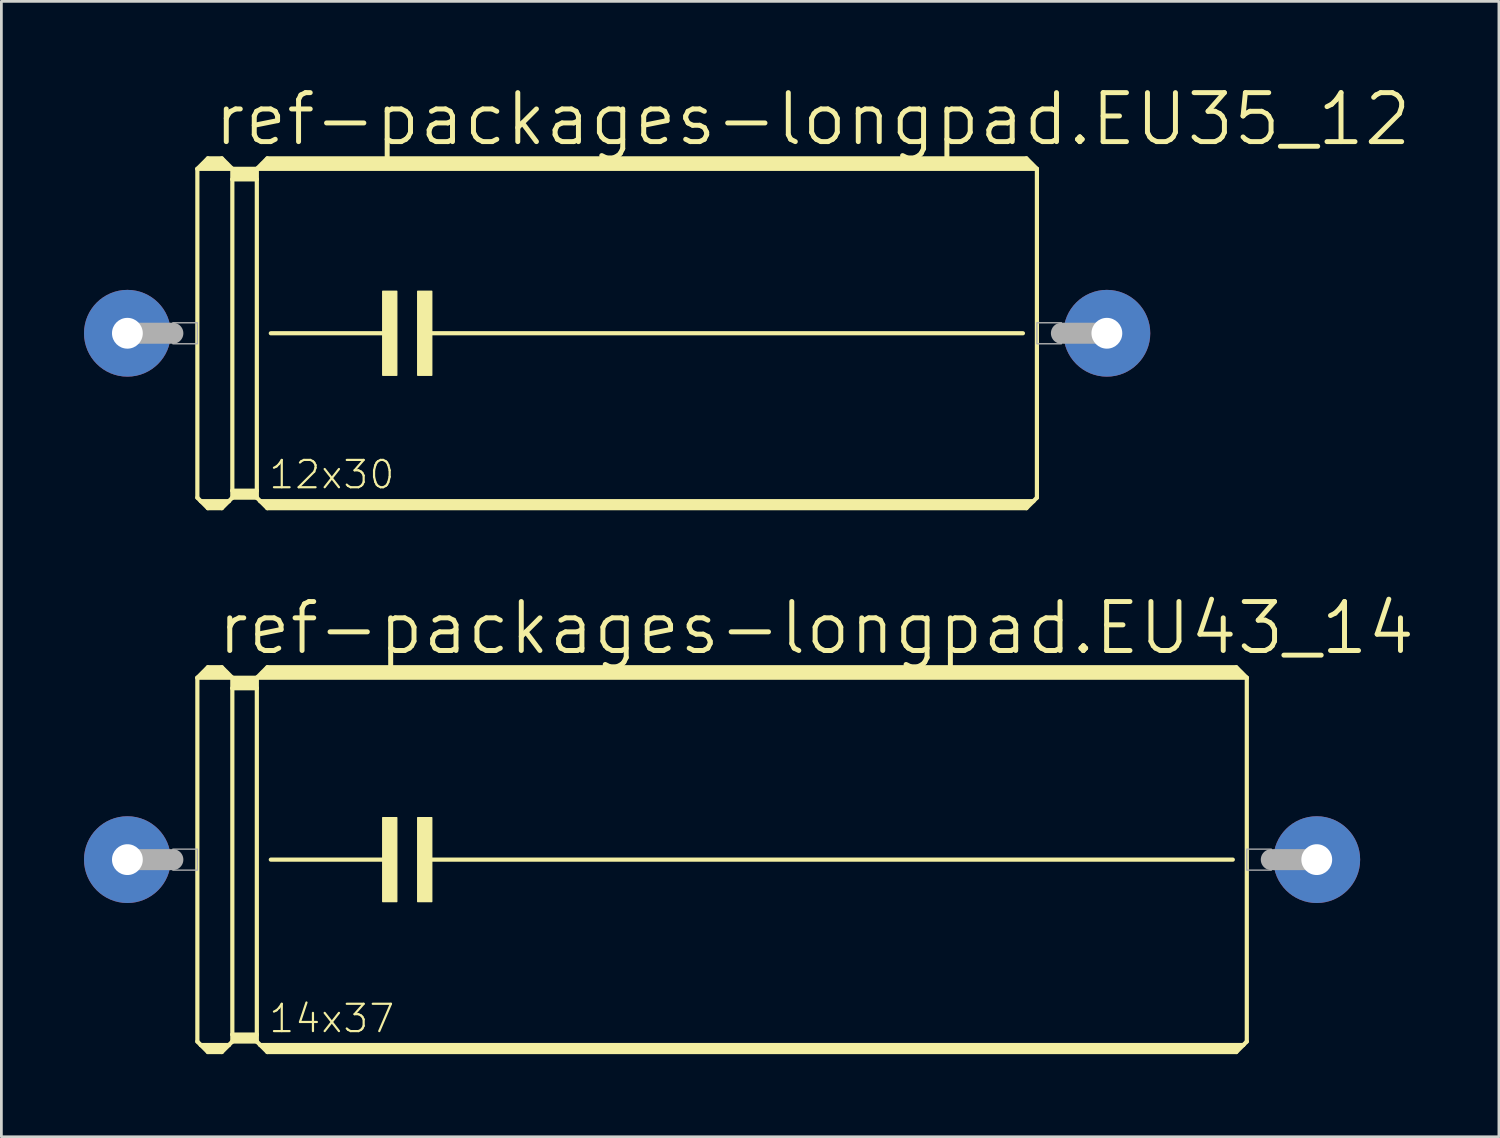
<source format=kicad_pcb>
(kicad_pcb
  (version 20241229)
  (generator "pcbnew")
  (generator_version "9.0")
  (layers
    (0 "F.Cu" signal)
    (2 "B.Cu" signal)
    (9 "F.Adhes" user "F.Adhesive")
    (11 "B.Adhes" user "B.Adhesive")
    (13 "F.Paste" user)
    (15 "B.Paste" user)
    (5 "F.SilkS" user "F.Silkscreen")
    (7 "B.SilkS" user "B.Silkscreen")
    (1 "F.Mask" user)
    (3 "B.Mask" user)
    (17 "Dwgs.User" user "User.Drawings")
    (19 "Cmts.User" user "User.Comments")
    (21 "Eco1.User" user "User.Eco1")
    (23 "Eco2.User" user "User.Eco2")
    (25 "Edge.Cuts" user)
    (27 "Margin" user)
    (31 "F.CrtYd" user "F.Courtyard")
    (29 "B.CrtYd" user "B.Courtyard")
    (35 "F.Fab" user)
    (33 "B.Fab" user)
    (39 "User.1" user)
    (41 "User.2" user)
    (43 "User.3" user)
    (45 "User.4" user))
  (footprint "ref-packages-longpad.EU35_12"
    (layer "F.Cu")
    (at 19.355 9.049)
    (property "Reference" "ref-packages-longpad.EU35_12" (at -14.732 -6.731 0) (layer "F.SilkS") (effects (font (size 1.778 1.778) (thickness 0.18)) (justify left bottom)))
    (attr through_hole)
    (fp_line (start -15.24 -5.969) (end -15.24 5.969) (stroke (width 0.152) (type default)) (layer "F.SilkS"))
    (fp_line (start -15.24 -5.969) (end -14.859 -6.35) (stroke (width 0.152) (type default)) (layer "F.SilkS"))
    (fp_line (start -15.24 -5.969) (end -13.97 -5.969) (stroke (width 0.152) (type default)) (layer "F.SilkS"))
    (fp_line (start -15.24 5.969) (end -15.113 6.096) (stroke (width 0.152) (type default)) (layer "F.SilkS"))
    (fp_line (start -15.113 6.096) (end -14.859 6.35) (stroke (width 0.152) (type default)) (layer "F.SilkS"))
    (fp_line (start -15.113 6.096) (end -14.097 6.096) (stroke (width 0.152) (type default)) (layer "F.SilkS"))
    (fp_line (start -14.986 -6.096) (end -14.224 -6.096) (stroke (width 0.305) (type default)) (layer "F.SilkS"))
    (fp_line (start -14.859 -6.35) (end -14.351 -6.35) (stroke (width 0.152) (type default)) (layer "F.SilkS"))
    (fp_line (start -14.859 -6.223) (end -14.351 -6.223) (stroke (width 0.305) (type default)) (layer "F.SilkS"))
    (fp_line (start -14.859 6.223) (end -14.351 6.223) (stroke (width 0.254) (type default)) (layer "F.SilkS"))
    (fp_line (start -14.859 6.35) (end -14.351 6.35) (stroke (width 0.152) (type default)) (layer "F.SilkS"))
    (fp_line (start -14.097 6.096) (end -14.351 6.35) (stroke (width 0.152) (type default)) (layer "F.SilkS"))
    (fp_line (start -13.97 -5.969) (end -14.351 -6.35) (stroke (width 0.152) (type default)) (layer "F.SilkS"))
    (fp_line (start -13.97 -5.969) (end -13.97 -5.588) (stroke (width 0.152) (type default)) (layer "F.SilkS"))
    (fp_line (start -13.97 -5.969) (end -13.081 -5.969) (stroke (width 0.152) (type default)) (layer "F.SilkS"))
    (fp_line (start -13.97 -5.588) (end -13.081 -5.588) (stroke (width 0.152) (type default)) (layer "F.SilkS"))
    (fp_line (start -13.97 5.715) (end -13.97 -5.588) (stroke (width 0.152) (type default)) (layer "F.SilkS"))
    (fp_line (start -13.97 5.715) (end -13.081 5.715) (stroke (width 0.152) (type default)) (layer "F.SilkS"))
    (fp_line (start -13.97 5.969) (end -14.097 6.096) (stroke (width 0.152) (type default)) (layer "F.SilkS"))
    (fp_line (start -13.97 5.969) (end -13.97 5.715) (stroke (width 0.152) (type default)) (layer "F.SilkS"))
    (fp_line (start -13.97 5.969) (end -13.081 5.969) (stroke (width 0.152) (type default)) (layer "F.SilkS"))
    (fp_line (start -13.843 -5.842) (end -13.208 -5.842) (stroke (width 0.305) (type default)) (layer "F.SilkS"))
    (fp_line (start -13.843 -5.715) (end -13.208 -5.715) (stroke (width 0.305) (type default)) (layer "F.SilkS"))
    (fp_line (start -13.843 5.842) (end -13.208 5.842) (stroke (width 0.254) (type default)) (layer "F.SilkS"))
    (fp_line (start -13.081 -5.969) (end -13.081 -5.588) (stroke (width 0.152) (type default)) (layer "F.SilkS"))
    (fp_line (start -13.081 -5.969) (end 15.24 -5.969) (stroke (width 0.152) (type default)) (layer "F.SilkS"))
    (fp_line (start -13.081 -5.588) (end -13.081 5.715) (stroke (width 0.152) (type default)) (layer "F.SilkS"))
    (fp_line (start -13.081 5.715) (end -13.081 5.969) (stroke (width 0.152) (type default)) (layer "F.SilkS"))
    (fp_line (start -12.954 6.096) (end -13.081 5.969) (stroke (width 0.152) (type default)) (layer "F.SilkS"))
    (fp_line (start -12.954 6.096) (end 15.113 6.096) (stroke (width 0.152) (type default)) (layer "F.SilkS"))
    (fp_line (start -12.827 -6.096) (end 14.986 -6.096) (stroke (width 0.305) (type default)) (layer "F.SilkS"))
    (fp_line (start -12.7 -6.35) (end -13.081 -5.969) (stroke (width 0.152) (type default)) (layer "F.SilkS"))
    (fp_line (start -12.7 -6.35) (end 14.859 -6.35) (stroke (width 0.152) (type default)) (layer "F.SilkS"))
    (fp_line (start -12.7 -6.223) (end 14.859 -6.223) (stroke (width 0.305) (type default)) (layer "F.SilkS"))
    (fp_line (start -12.7 6.223) (end 14.859 6.223) (stroke (width 0.254) (type default)) (layer "F.SilkS"))
    (fp_line (start -12.7 6.35) (end -12.954 6.096) (stroke (width 0.152) (type default)) (layer "F.SilkS"))
    (fp_line (start -12.7 6.35) (end 14.859 6.35) (stroke (width 0.152) (type default)) (layer "F.SilkS"))
    (fp_line (start -12.573 0) (end -8.255 0) (stroke (width 0.152) (type default)) (layer "F.SilkS"))
    (fp_line (start -6.858 0) (end 14.732 0) (stroke (width 0.152) (type default)) (layer "F.SilkS"))
    (fp_line (start 14.859 -6.35) (end 15.24 -5.969) (stroke (width 0.152) (type default)) (layer "F.SilkS"))
    (fp_line (start 14.859 6.35) (end 15.113 6.096) (stroke (width 0.152) (type default)) (layer "F.SilkS"))
    (fp_line (start 15.113 6.096) (end 15.24 5.969) (stroke (width 0.152) (type default)) (layer "F.SilkS"))
    (fp_line (start 15.24 -5.969) (end 15.24 5.969) (stroke (width 0.152) (type default)) (layer "F.SilkS"))
    (fp_rect (start -8.509 1.524) (end -8.001 -1.524) (stroke (width 0.05) (type default)) (fill yes) (layer "F.SilkS"))
    (fp_rect (start -7.239 1.524) (end -6.731 -1.524) (stroke (width 0.05) (type default)) (fill yes) (layer "F.SilkS"))
    (fp_line (start -17.78 0) (end -16.129 0) (stroke (width 0.762) (type default)) (layer "F.Fab"))
    (fp_line (start 17.78 0) (end 16.129 0) (stroke (width 0.762) (type default)) (layer "F.Fab"))
    (fp_rect (start -16.129 0.381) (end -15.24 -0.381) (stroke (width 0.05) (type default)) (fill no) (layer "F.Fab"))
    (fp_rect (start 15.24 0.381) (end 16.129 -0.381) (stroke (width 0.05) (type default)) (fill no) (layer "F.Fab"))
    (fp_text user "12x30" (at -12.7 5.715 0) (layer "F.SilkS") (effects (font (size 0.991 0.991) (thickness 0.08)) (justify left bottom)))
    (pad "1" thru_hole circle (at -17.78 0) (size 3.15 3.15) (drill 1.118) (layers "*.Cu" "*.Mask"))
    (pad "2" thru_hole circle (at 17.78 0) (size 3.15 3.15) (drill 1.118) (layers "*.Cu" "*.Mask")))
  (footprint "ref-packages-longpad.EU43_14"
    (layer "F.Cu")
    (at 23.165 28.159)
    (property "Reference" "ref-packages-longpad.EU43_14" (at -18.415 -7.366 0) (layer "F.SilkS") (effects (font (size 1.778 1.778) (thickness 0.18)) (justify left bottom)))
    (attr through_hole)
    (fp_line (start -19.05 -6.604) (end -19.05 6.604) (stroke (width 0.152) (type default)) (layer "F.SilkS"))
    (fp_line (start -19.05 -6.604) (end -18.669 -6.985) (stroke (width 0.152) (type default)) (layer "F.SilkS"))
    (fp_line (start -19.05 -6.604) (end -17.78 -6.604) (stroke (width 0.152) (type default)) (layer "F.SilkS"))
    (fp_line (start -19.05 6.604) (end -18.923 6.731) (stroke (width 0.152) (type default)) (layer "F.SilkS"))
    (fp_line (start -18.923 6.731) (end -18.669 6.985) (stroke (width 0.152) (type default)) (layer "F.SilkS"))
    (fp_line (start -18.923 6.731) (end -17.907 6.731) (stroke (width 0.152) (type default)) (layer "F.SilkS"))
    (fp_line (start -18.796 -6.731) (end -18.034 -6.731) (stroke (width 0.305) (type default)) (layer "F.SilkS"))
    (fp_line (start -18.669 -6.985) (end -18.161 -6.985) (stroke (width 0.152) (type default)) (layer "F.SilkS"))
    (fp_line (start -18.669 -6.858) (end -18.161 -6.858) (stroke (width 0.305) (type default)) (layer "F.SilkS"))
    (fp_line (start -18.669 6.858) (end -18.161 6.858) (stroke (width 0.254) (type default)) (layer "F.SilkS"))
    (fp_line (start -18.669 6.985) (end -18.161 6.985) (stroke (width 0.152) (type default)) (layer "F.SilkS"))
    (fp_line (start -17.907 6.731) (end -18.161 6.985) (stroke (width 0.152) (type default)) (layer "F.SilkS"))
    (fp_line (start -17.78 -6.604) (end -18.161 -6.985) (stroke (width 0.152) (type default)) (layer "F.SilkS"))
    (fp_line (start -17.78 -6.604) (end -17.78 -6.223) (stroke (width 0.152) (type default)) (layer "F.SilkS"))
    (fp_line (start -17.78 -6.604) (end -16.891 -6.604) (stroke (width 0.152) (type default)) (layer "F.SilkS"))
    (fp_line (start -17.78 -6.223) (end -16.891 -6.223) (stroke (width 0.152) (type default)) (layer "F.SilkS"))
    (fp_line (start -17.78 6.35) (end -17.78 -6.223) (stroke (width 0.152) (type default)) (layer "F.SilkS"))
    (fp_line (start -17.78 6.35) (end -16.891 6.35) (stroke (width 0.152) (type default)) (layer "F.SilkS"))
    (fp_line (start -17.78 6.604) (end -17.907 6.731) (stroke (width 0.152) (type default)) (layer "F.SilkS"))
    (fp_line (start -17.78 6.604) (end -17.78 6.35) (stroke (width 0.152) (type default)) (layer "F.SilkS"))
    (fp_line (start -17.78 6.604) (end -16.891 6.604) (stroke (width 0.152) (type default)) (layer "F.SilkS"))
    (fp_line (start -17.653 -6.477) (end -17.018 -6.477) (stroke (width 0.305) (type default)) (layer "F.SilkS"))
    (fp_line (start -17.653 -6.35) (end -17.018 -6.35) (stroke (width 0.305) (type default)) (layer "F.SilkS"))
    (fp_line (start -17.653 6.477) (end -17.018 6.477) (stroke (width 0.254) (type default)) (layer "F.SilkS"))
    (fp_line (start -16.891 -6.604) (end -16.891 -6.223) (stroke (width 0.152) (type default)) (layer "F.SilkS"))
    (fp_line (start -16.891 -6.604) (end 19.05 -6.604) (stroke (width 0.152) (type default)) (layer "F.SilkS"))
    (fp_line (start -16.891 -6.223) (end -16.891 6.35) (stroke (width 0.152) (type default)) (layer "F.SilkS"))
    (fp_line (start -16.891 6.35) (end -16.891 6.604) (stroke (width 0.152) (type default)) (layer "F.SilkS"))
    (fp_line (start -16.764 6.731) (end -16.891 6.604) (stroke (width 0.152) (type default)) (layer "F.SilkS"))
    (fp_line (start -16.764 6.731) (end 18.923 6.731) (stroke (width 0.152) (type default)) (layer "F.SilkS"))
    (fp_line (start -16.637 -6.731) (end 18.796 -6.731) (stroke (width 0.305) (type default)) (layer "F.SilkS"))
    (fp_line (start -16.51 -6.985) (end -16.891 -6.604) (stroke (width 0.152) (type default)) (layer "F.SilkS"))
    (fp_line (start -16.51 -6.985) (end 18.669 -6.985) (stroke (width 0.152) (type default)) (layer "F.SilkS"))
    (fp_line (start -16.51 -6.858) (end 18.669 -6.858) (stroke (width 0.305) (type default)) (layer "F.SilkS"))
    (fp_line (start -16.51 6.858) (end 18.669 6.858) (stroke (width 0.254) (type default)) (layer "F.SilkS"))
    (fp_line (start -16.51 6.985) (end -16.764 6.731) (stroke (width 0.152) (type default)) (layer "F.SilkS"))
    (fp_line (start -16.51 6.985) (end 18.669 6.985) (stroke (width 0.152) (type default)) (layer "F.SilkS"))
    (fp_line (start -16.383 0) (end -12.065 0) (stroke (width 0.152) (type default)) (layer "F.SilkS"))
    (fp_line (start -10.668 0) (end 18.542 0) (stroke (width 0.152) (type default)) (layer "F.SilkS"))
    (fp_line (start 18.669 -6.985) (end 19.05 -6.604) (stroke (width 0.152) (type default)) (layer "F.SilkS"))
    (fp_line (start 18.669 6.985) (end 18.923 6.731) (stroke (width 0.152) (type default)) (layer "F.SilkS"))
    (fp_line (start 18.923 6.731) (end 19.05 6.604) (stroke (width 0.152) (type default)) (layer "F.SilkS"))
    (fp_line (start 19.05 -6.604) (end 19.05 6.604) (stroke (width 0.152) (type default)) (layer "F.SilkS"))
    (fp_rect (start -12.319 1.524) (end -11.811 -1.524) (stroke (width 0.05) (type default)) (fill yes) (layer "F.SilkS"))
    (fp_rect (start -11.049 1.524) (end -10.541 -1.524) (stroke (width 0.05) (type default)) (fill yes) (layer "F.SilkS"))
    (fp_line (start -21.59 0) (end -19.939 0) (stroke (width 0.762) (type default)) (layer "F.Fab"))
    (fp_line (start 21.59 0) (end 19.939 0) (stroke (width 0.762) (type default)) (layer "F.Fab"))
    (fp_rect (start -19.939 0.381) (end -19.05 -0.381) (stroke (width 0.05) (type default)) (fill no) (layer "F.Fab"))
    (fp_rect (start 19.05 0.381) (end 19.939 -0.381) (stroke (width 0.05) (type default)) (fill no) (layer "F.Fab"))
    (fp_text user "14x37" (at -16.51 6.35 0) (layer "F.SilkS") (effects (font (size 0.991 0.991) (thickness 0.08)) (justify left bottom)))
    (pad "1" thru_hole circle (at -21.59 0) (size 3.15 3.15) (drill 1.118) (layers "*.Cu" "*.Mask"))
    (pad "2" thru_hole circle (at 21.59 0) (size 3.15 3.15) (drill 1.118) (layers "*.Cu" "*.Mask")))
  (gr_rect
    (start -3 -3)
    (end 51.368 38.22)
    (stroke (width 0.1) (type default))
    (fill no)
    (layer "Edge.Cuts")))
</source>
